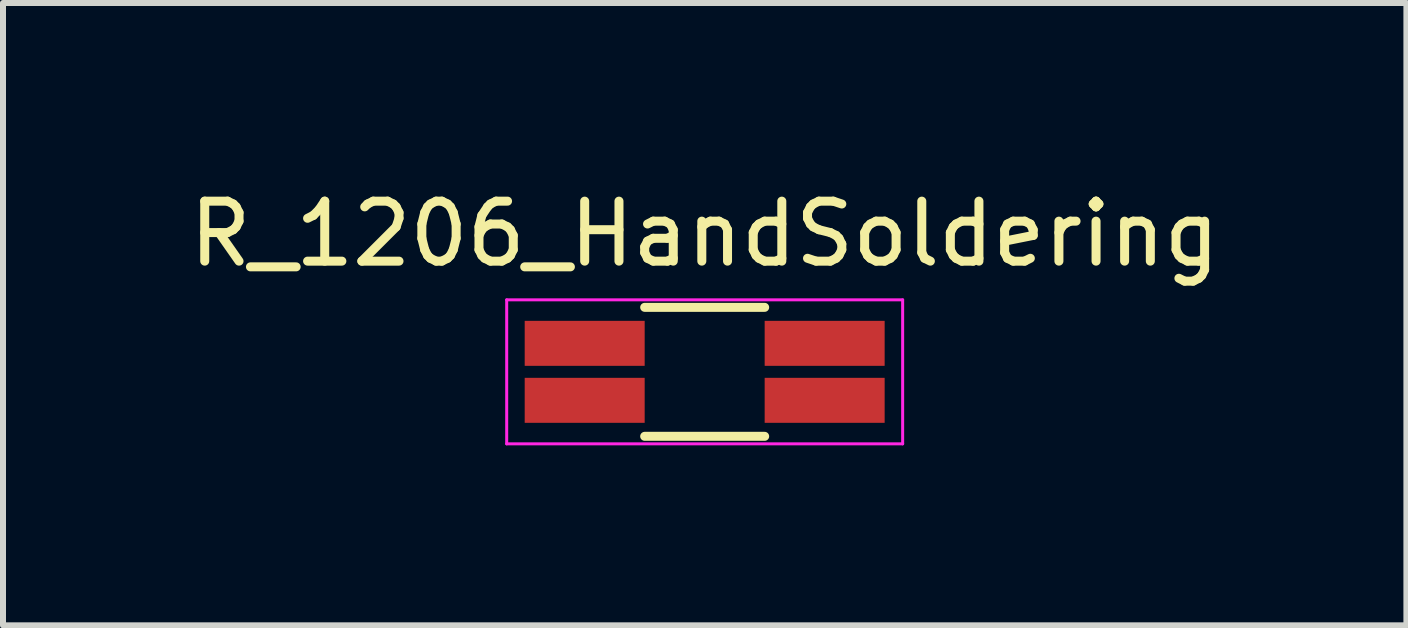
<source format=kicad_pcb>
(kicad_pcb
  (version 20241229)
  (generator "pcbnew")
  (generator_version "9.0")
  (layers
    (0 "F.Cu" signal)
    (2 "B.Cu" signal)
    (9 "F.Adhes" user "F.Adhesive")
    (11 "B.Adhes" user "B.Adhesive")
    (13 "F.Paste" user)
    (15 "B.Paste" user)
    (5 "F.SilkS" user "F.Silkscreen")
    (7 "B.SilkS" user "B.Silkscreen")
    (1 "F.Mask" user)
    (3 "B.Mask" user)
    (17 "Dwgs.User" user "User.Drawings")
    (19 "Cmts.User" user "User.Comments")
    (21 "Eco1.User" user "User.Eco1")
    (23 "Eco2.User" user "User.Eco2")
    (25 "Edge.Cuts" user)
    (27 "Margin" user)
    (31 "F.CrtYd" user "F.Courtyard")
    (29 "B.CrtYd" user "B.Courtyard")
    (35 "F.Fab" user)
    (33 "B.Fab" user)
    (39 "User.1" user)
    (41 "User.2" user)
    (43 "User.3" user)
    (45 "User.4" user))
  (footprint "R_1206_HandSoldering"
    (layer "F.Cu")
    (at 8.696 3.148)
    (property "Reference" "R_1206_HandSoldering" (at 0 -2.3 0) (layer "F.SilkS") (effects (font (size 1 1) (thickness 0.15))))
    (attr smd)
    (fp_line (start -1 -1.075) (end 1 -1.075) (stroke (width 0.15) (type solid)) (layer "F.SilkS"))
    (fp_line (start 1 1.075) (end -1 1.075) (stroke (width 0.15) (type solid)) (layer "F.SilkS"))
    (fp_line (start -3.3 -1.2) (end -3.3 1.2) (stroke (width 0.05) (type solid)) (layer "F.CrtYd"))
    (fp_line (start -3.3 -1.2) (end 3.3 -1.2) (stroke (width 0.05) (type solid)) (layer "F.CrtYd"))
    (fp_line (start -3.3 1.2) (end 3.3 1.2) (stroke (width 0.05) (type solid)) (layer "F.CrtYd"))
    (fp_line (start 3.3 -1.2) (end 3.3 1.2) (stroke (width 0.05) (type solid)) (layer "F.CrtYd"))
    (pad "1" smd rect (at -2 -0.475) (size 2 0.75) (layers "F.Cu" "F.Mask" "F.Paste"))
    (pad "1" smd rect (at -2 0.475) (size 2 0.75) (layers "F.Cu" "F.Mask" "F.Paste"))
    (pad "2" smd rect (at 2 -0.475) (size 2 0.75) (layers "F.Cu" "F.Mask" "F.Paste"))
    (pad "2" smd rect (at 2 0.475) (size 2 0.75) (layers "F.Cu" "F.Mask" "F.Paste")))
  (gr_rect
    (start -3 -3)
    (end 20.393 7.373)
    (stroke (width 0.1) (type default))
    (fill no)
    (layer "Edge.Cuts")))
</source>
